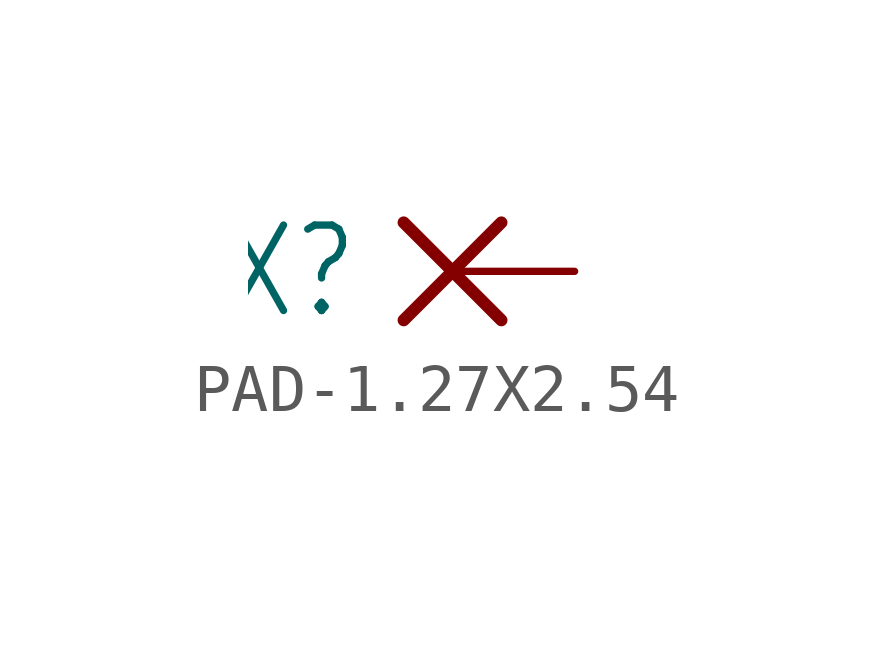
<source format=kicad_sym>
(kicad_symbol_lib
  (version 20211014)
  (generator kicad_symbol_editor)
  (symbol "PAD-1.27X2.54"
    (property "Reference" "X"
      (at -1.905 0 0)
      (effects (font (size 1.778 1.511)) (justify right)))
    (property "ki_locked" ""
      (at 0 0 0)
      (effects (font (size 1.27 1.27))))
    (symbol "PAD-1.27X2.54_1_0"
      (polyline (pts (xy -1.016 -1.016) (xy 1.016 1.016)) (stroke (width 0.254) (type default) (color 0 0 0 0)) (fill (type none)))
      (polyline (pts (xy -1.016 1.016) (xy 1.016 -1.016)) (stroke (width 0.254) (type default) (color 0 0 0 0)) (fill (type none)))
      (pin passive line (at 2.54 0 180) (length 2.54) (name "P" (effects (font (size 0 0)))) (number "1" (effects (font (size 0 0))))))))
</source>
